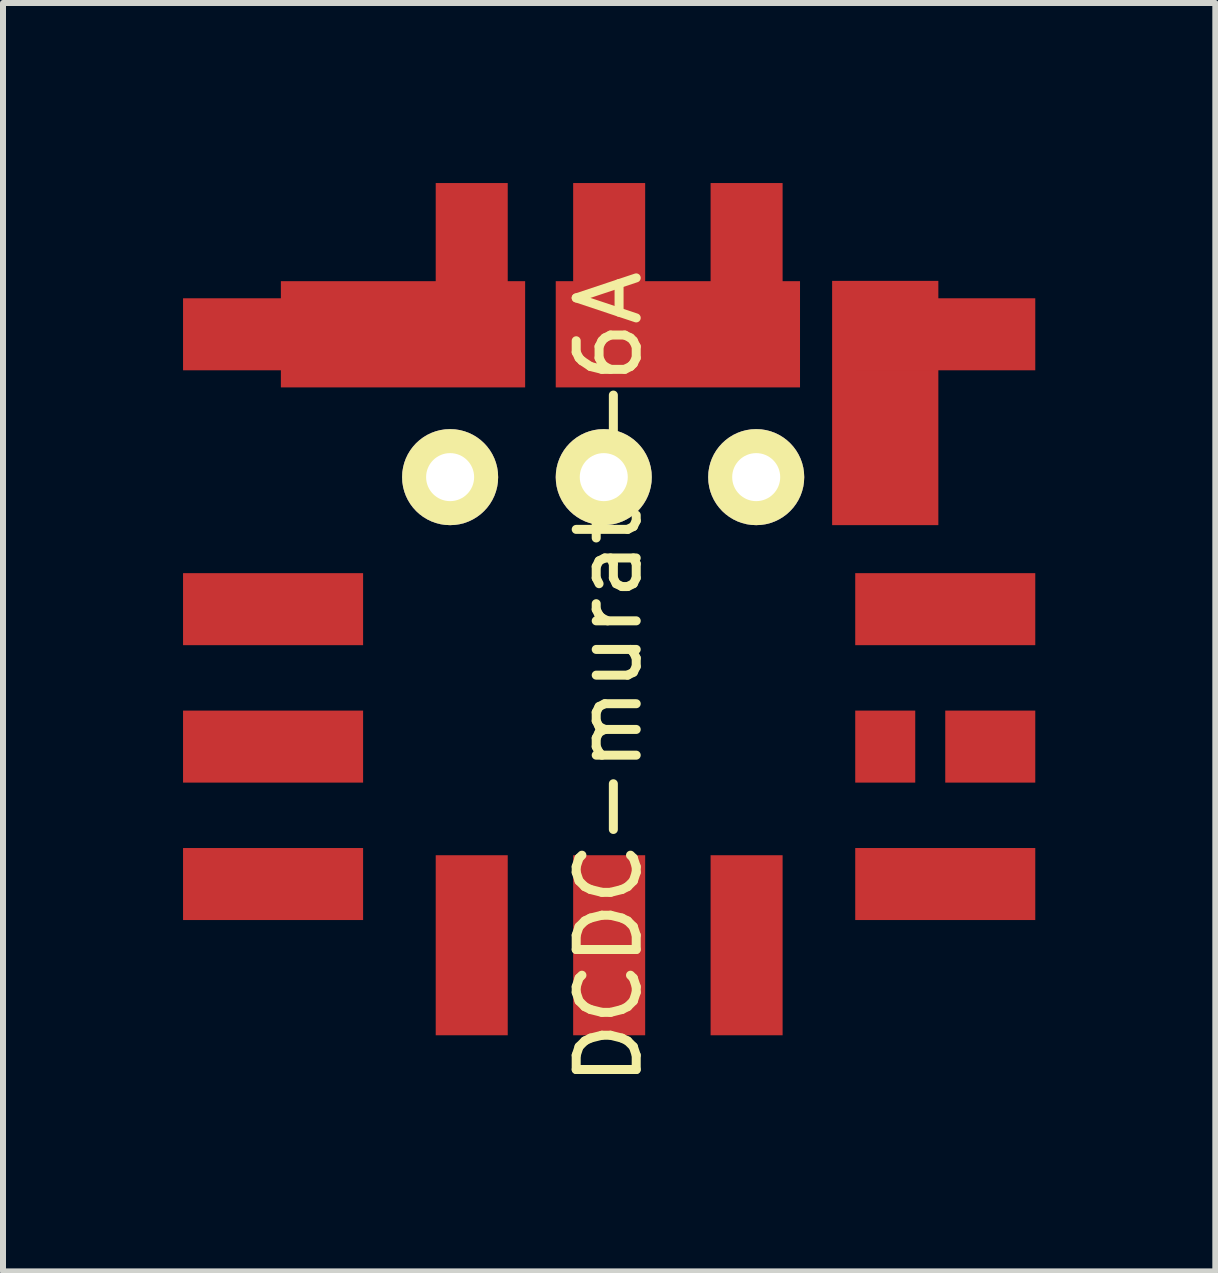
<source format=kicad_pcb>
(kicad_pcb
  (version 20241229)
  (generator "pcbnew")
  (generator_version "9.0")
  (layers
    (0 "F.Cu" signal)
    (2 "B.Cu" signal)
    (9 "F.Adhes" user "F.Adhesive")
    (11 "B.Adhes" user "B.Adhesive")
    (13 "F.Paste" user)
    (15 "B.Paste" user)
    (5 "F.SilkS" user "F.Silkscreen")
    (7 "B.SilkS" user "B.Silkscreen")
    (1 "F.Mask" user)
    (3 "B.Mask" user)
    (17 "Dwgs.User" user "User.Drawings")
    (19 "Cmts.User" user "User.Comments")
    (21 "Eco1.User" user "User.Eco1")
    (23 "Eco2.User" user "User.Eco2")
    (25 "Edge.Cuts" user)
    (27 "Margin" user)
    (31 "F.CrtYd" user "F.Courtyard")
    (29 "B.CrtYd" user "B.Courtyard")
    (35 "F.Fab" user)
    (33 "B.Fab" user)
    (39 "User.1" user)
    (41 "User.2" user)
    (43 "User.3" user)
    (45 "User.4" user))
  (footprint "DCDC-murata-6A"
    (layer "F.Cu")
    (at 1 13.2)
    (property "Reference" "DCDC-murata-6A" (at 6.096 -4.953 90) (layer "F.SilkS") (effects (font (size 1 1) (thickness 0.15))))
    (attr through_hole)
    (pad "1" smd trapezoid (at 0.5 -6.1) (size 3 1.2) (layers "F.Cu" "F.Mask" "F.Paste"))
    (pad "2" smd trapezoid (at 0.5 -10.68) (size 3 1.2) (layers "F.Cu" "F.Mask" "F.Paste"))
    (pad "2" smd trapezoid (at 2.665 -10.68) (size 4.07 1.77) (layers "F.Cu" "F.Mask" "F.Paste"))
    (pad "2" thru_hole circle (at 3.45 -8.3) (size 1.6 1.6) (drill 0.8) (layers "*.Cu" "*.Mask" "F.SilkS"))
    (pad "2" smd trapezoid (at 3.81 -11.7) (size 1.2 3) (layers "F.Cu" "F.Mask" "F.Paste"))
    (pad "3" thru_hole circle (at 6.01 -8.3) (size 1.6 1.6) (drill 0.8) (layers "*.Cu" "*.Mask" "F.SilkS"))
    (pad "3" smd trapezoid (at 6.1 -11.7) (size 1.2 3) (layers "F.Cu" "F.Mask" "F.Paste"))
    (pad "3" smd trapezoid (at 7.245 -10.68) (size 4.07 1.77) (layers "F.Cu" "F.Mask" "F.Paste"))
    (pad "3" smd trapezoid (at 8.39 -11.7) (size 1.2 3) (layers "F.Cu" "F.Mask" "F.Paste"))
    (pad "4" thru_hole circle (at 8.55 -8.3) (size 1.6 1.6) (drill 0.8) (layers "*.Cu" "*.Mask" "F.SilkS"))
    (pad "4" smd trapezoid (at 10.7 -9.535) (size 1.77 4.07) (layers "F.Cu" "F.Mask" "F.Paste"))
    (pad "4" smd trapezoid (at 11.7 -10.68) (size 3 1.2) (layers "F.Cu" "F.Mask" "F.Paste"))
    (pad "5" smd trapezoid (at 11.7 -6.1) (size 3 1.2) (layers "F.Cu" "F.Mask" "F.Paste"))
    (pad "6" smd trapezoid (at 11.7 -1.52) (size 3 1.2) (layers "F.Cu" "F.Mask" "F.Paste"))
    (pad "7" smd trapezoid (at 6.1 -0.5) (size 1.2 3) (layers "F.Cu" "F.Mask" "F.Paste"))
    (pad "8" smd trapezoid (at 3.81 -0.5) (size 1.2 3) (layers "F.Cu" "F.Mask" "F.Paste"))
    (pad "9" smd trapezoid (at 0.5 -1.52) (size 3 1.2) (layers "F.Cu" "F.Mask" "F.Paste"))
    (pad "10" smd trapezoid (at 0.5 -3.81) (size 3 1.2) (layers "F.Cu" "F.Mask" "F.Paste"))
    (pad "11" smd trapezoid (at 12.45 -3.81) (size 1.5 1.2) (layers "F.Cu" "F.Mask" "F.Paste"))
    (pad "12" smd trapezoid (at 8.39 -0.5) (size 1.2 3) (layers "F.Cu" "F.Mask" "F.Paste"))
    (pad "13" smd trapezoid (at 10.7 -3.81) (size 1 1.2) (layers "F.Cu" "F.Mask" "F.Paste")))
  (gr_rect
    (start -3 -3)
    (end 17.2 18.134)
    (stroke (width 0.1) (type default))
    (fill no)
    (layer "Edge.Cuts")))
</source>
